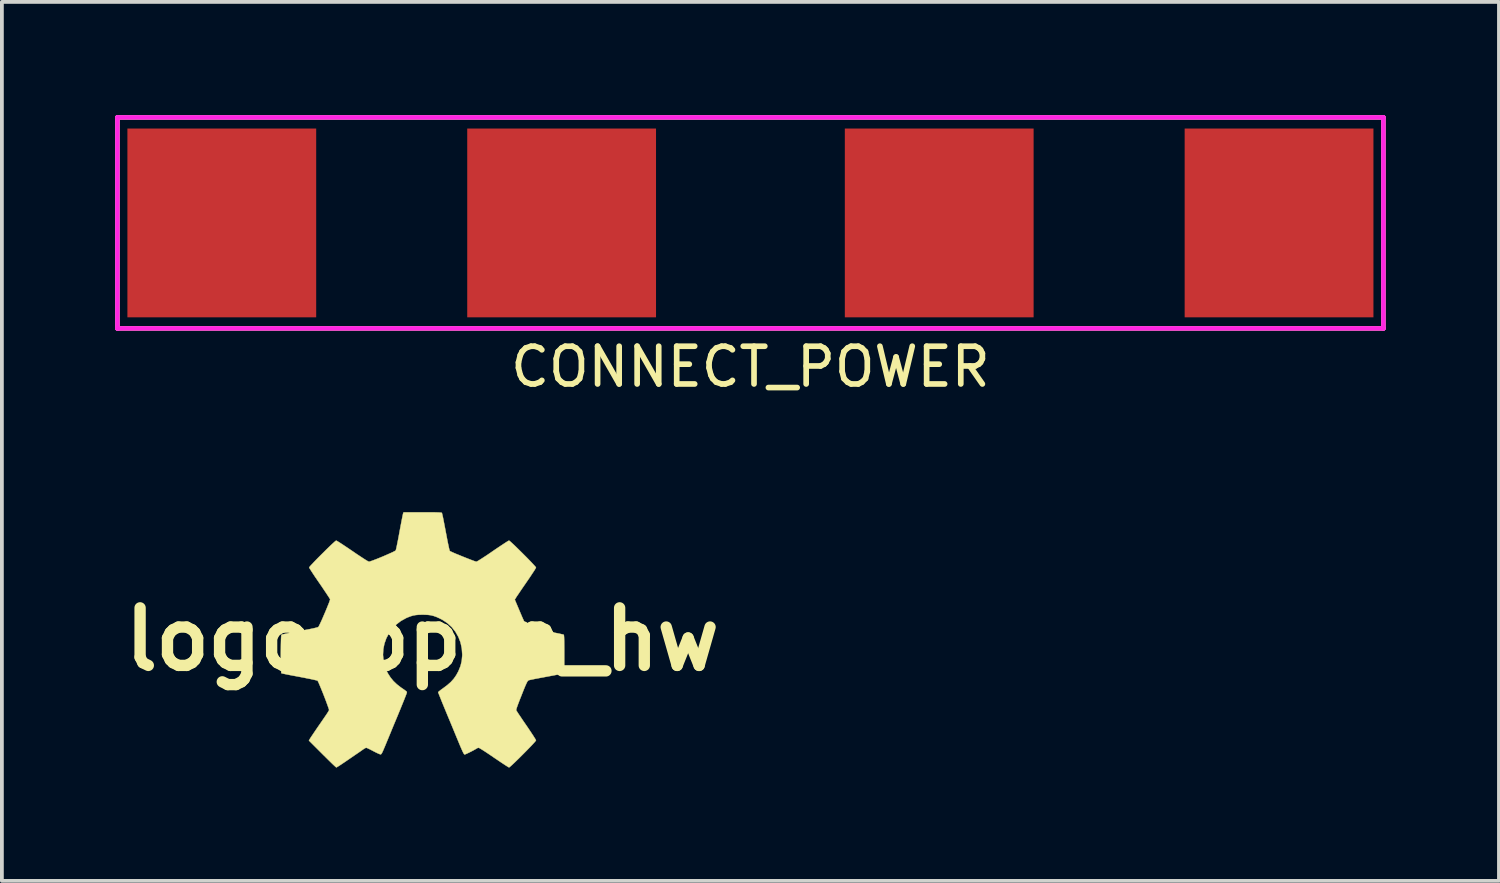
<source format=kicad_pcb>
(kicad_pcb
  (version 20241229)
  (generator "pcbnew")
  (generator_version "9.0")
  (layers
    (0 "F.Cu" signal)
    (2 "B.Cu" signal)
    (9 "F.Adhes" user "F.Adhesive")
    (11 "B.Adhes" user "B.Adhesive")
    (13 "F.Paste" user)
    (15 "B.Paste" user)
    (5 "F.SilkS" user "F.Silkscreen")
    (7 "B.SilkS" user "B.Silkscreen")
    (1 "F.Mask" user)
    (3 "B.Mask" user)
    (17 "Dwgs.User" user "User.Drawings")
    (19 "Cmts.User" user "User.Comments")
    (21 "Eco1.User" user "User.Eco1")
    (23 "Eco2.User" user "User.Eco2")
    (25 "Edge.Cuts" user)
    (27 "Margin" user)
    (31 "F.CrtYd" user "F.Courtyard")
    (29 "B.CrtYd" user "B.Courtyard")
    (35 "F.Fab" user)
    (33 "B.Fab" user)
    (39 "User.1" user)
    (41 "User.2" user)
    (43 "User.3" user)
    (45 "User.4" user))
  (footprint "logo_open_hw"
    (layer "F.Cu")
    (at 8.135 13.883)
    (property "Reference" "logo_open_hw" (at 0 0 0) (layer "F.SilkS") (effects (font (size 1.524 1.524) (thickness 0.3))))
    (attr through_hole)
    (fp_poly (pts (xy 0.138 -3.365) (xy 0.247 -3.365) (xy 0.335 -3.364) (xy 0.403 -3.362) (xy 0.454 -3.36) (xy 0.489 -3.357) (xy 0.509 -3.354) (xy 0.517 -3.35) (xy 0.522 -3.334) (xy 0.531 -3.296) (xy 0.544 -3.239) (xy 0.559 -3.165) (xy 0.576 -3.077) (xy 0.595 -2.979) (xy 0.615 -2.872) (xy 0.62 -2.846) (xy 0.641 -2.737) (xy 0.66 -2.636) (xy 0.678 -2.546) (xy 0.695 -2.468) (xy 0.708 -2.407) (xy 0.719 -2.364) (xy 0.726 -2.343) (xy 0.727 -2.341) (xy 0.744 -2.331) (xy 0.781 -2.314) (xy 0.834 -2.29) (xy 0.899 -2.262) (xy 0.974 -2.232) (xy 1.053 -2.199) (xy 1.134 -2.167) (xy 1.212 -2.136) (xy 1.284 -2.108) (xy 1.345 -2.085) (xy 1.393 -2.068) (xy 1.424 -2.059) (xy 1.431 -2.057) (xy 1.45 -2.065) (xy 1.487 -2.086) (xy 1.542 -2.12) (xy 1.613 -2.166) (xy 1.699 -2.222) (xy 1.798 -2.289) (xy 1.867 -2.337) (xy 1.958 -2.399) (xy 2.043 -2.456) (xy 2.12 -2.507) (xy 2.185 -2.55) (xy 2.238 -2.584) (xy 2.275 -2.606) (xy 2.294 -2.616) (xy 2.296 -2.616) (xy 2.31 -2.607) (xy 2.339 -2.583) (xy 2.381 -2.544) (xy 2.434 -2.495) (xy 2.494 -2.437) (xy 2.56 -2.372) (xy 2.629 -2.304) (xy 2.699 -2.234) (xy 2.768 -2.165) (xy 2.832 -2.099) (xy 2.89 -2.039) (xy 2.939 -1.986) (xy 2.977 -1.945) (xy 3.002 -1.916) (xy 3.01 -1.902) (xy 3.003 -1.887) (xy 2.983 -1.853) (xy 2.952 -1.804) (xy 2.911 -1.742) (xy 2.863 -1.669) (xy 2.808 -1.588) (xy 2.762 -1.521) (xy 2.702 -1.434) (xy 2.645 -1.351) (xy 2.594 -1.276) (xy 2.55 -1.21) (xy 2.514 -1.158) (xy 2.49 -1.122) (xy 2.481 -1.107) (xy 2.448 -1.053) (xy 2.599 -0.696) (xy 2.645 -0.588) (xy 2.686 -0.497) (xy 2.72 -0.423) (xy 2.747 -0.368) (xy 2.766 -0.334) (xy 2.775 -0.324) (xy 2.793 -0.318) (xy 2.833 -0.308) (xy 2.892 -0.295) (xy 2.967 -0.279) (xy 3.056 -0.261) (xy 3.154 -0.242) (xy 3.26 -0.222) (xy 3.264 -0.222) (xy 3.37 -0.202) (xy 3.468 -0.183) (xy 3.555 -0.166) (xy 3.629 -0.151) (xy 3.687 -0.138) (xy 3.726 -0.129) (xy 3.743 -0.124) (xy 3.743 -0.124) (xy 3.748 -0.115) (xy 3.751 -0.093) (xy 3.754 -0.058) (xy 3.756 -0.006) (xy 3.757 0.063) (xy 3.758 0.152) (xy 3.759 0.263) (xy 3.759 0.389) (xy 3.759 0.89) (xy 3.731 0.902) (xy 3.712 0.907) (xy 3.671 0.915) (xy 3.611 0.928) (xy 3.536 0.942) (xy 3.448 0.959) (xy 3.351 0.977) (xy 3.277 0.991) (xy 3.174 1.01) (xy 3.079 1.028) (xy 2.993 1.044) (xy 2.92 1.059) (xy 2.864 1.071) (xy 2.827 1.08) (xy 2.815 1.084) (xy 2.804 1.09) (xy 2.793 1.101) (xy 2.781 1.119) (xy 2.766 1.146) (xy 2.748 1.185) (xy 2.724 1.238) (xy 2.695 1.308) (xy 2.659 1.398) (xy 2.628 1.477) (xy 2.583 1.59) (xy 2.546 1.686) (xy 2.517 1.764) (xy 2.497 1.823) (xy 2.487 1.861) (xy 2.485 1.876) (xy 2.494 1.891) (xy 2.516 1.925) (xy 2.548 1.975) (xy 2.591 2.038) (xy 2.64 2.112) (xy 2.696 2.194) (xy 2.752 2.275) (xy 2.811 2.362) (xy 2.866 2.444) (xy 2.914 2.517) (xy 2.954 2.579) (xy 2.985 2.628) (xy 3.004 2.661) (xy 3.01 2.675) (xy 3.001 2.689) (xy 2.976 2.719) (xy 2.938 2.761) (xy 2.889 2.814) (xy 2.831 2.874) (xy 2.766 2.941) (xy 2.698 3.01) (xy 2.628 3.08) (xy 2.559 3.149) (xy 2.493 3.213) (xy 2.433 3.271) (xy 2.381 3.32) (xy 2.339 3.358) (xy 2.31 3.383) (xy 2.297 3.391) (xy 2.282 3.384) (xy 2.249 3.364) (xy 2.2 3.333) (xy 2.138 3.292) (xy 2.064 3.243) (xy 1.983 3.188) (xy 1.898 3.131) (xy 1.811 3.071) (xy 1.729 3.016) (xy 1.655 2.967) (xy 1.592 2.927) (xy 1.542 2.896) (xy 1.508 2.877) (xy 1.493 2.87) (xy 1.461 2.877) (xy 1.441 2.887) (xy 1.409 2.907) (xy 1.363 2.933) (xy 1.31 2.961) (xy 1.255 2.989) (xy 1.203 3.014) (xy 1.16 3.034) (xy 1.13 3.046) (xy 1.121 3.048) (xy 1.112 3.044) (xy 1.101 3.031) (xy 1.086 3.006) (xy 1.067 2.968) (xy 1.043 2.914) (xy 1.011 2.841) (xy 0.972 2.748) (xy 0.956 2.708) (xy 0.917 2.615) (xy 0.871 2.504) (xy 0.82 2.38) (xy 0.766 2.249) (xy 0.711 2.117) (xy 0.657 1.988) (xy 0.617 1.891) (xy 0.574 1.787) (xy 0.534 1.69) (xy 0.499 1.603) (xy 0.469 1.528) (xy 0.445 1.468) (xy 0.428 1.425) (xy 0.42 1.403) (xy 0.419 1.4) (xy 0.429 1.387) (xy 0.456 1.365) (xy 0.495 1.334) (xy 0.543 1.3) (xy 0.658 1.214) (xy 0.753 1.131) (xy 0.831 1.045) (xy 0.896 0.952) (xy 0.953 0.848) (xy 0.958 0.837) (xy 1.011 0.706) (xy 1.043 0.575) (xy 1.056 0.436) (xy 1.057 0.4) (xy 1.045 0.236) (xy 1.011 0.08) (xy 0.954 -0.067) (xy 0.877 -0.202) (xy 0.78 -0.324) (xy 0.664 -0.43) (xy 0.531 -0.519) (xy 0.456 -0.557) (xy 0.372 -0.595) (xy 0.298 -0.621) (xy 0.227 -0.639) (xy 0.15 -0.649) (xy 0.061 -0.653) (xy 0.006 -0.654) (xy -0.091 -0.652) (xy -0.172 -0.645) (xy -0.244 -0.632) (xy -0.314 -0.611) (xy -0.392 -0.581) (xy -0.428 -0.565) (xy -0.567 -0.488) (xy -0.69 -0.394) (xy -0.796 -0.284) (xy -0.884 -0.162) (xy -0.954 -0.029) (xy -1.004 0.112) (xy -1.034 0.259) (xy -1.042 0.409) (xy -1.029 0.56) (xy -0.994 0.71) (xy -0.935 0.856) (xy -0.908 0.908) (xy -0.842 1.011) (xy -0.766 1.103) (xy -0.675 1.19) (xy -0.566 1.275) (xy -0.51 1.313) (xy -0.467 1.343) (xy -0.433 1.37) (xy -0.413 1.388) (xy -0.41 1.393) (xy -0.41 1.398) (xy -0.411 1.406) (xy -0.414 1.42) (xy -0.421 1.441) (xy -0.432 1.47) (xy -0.447 1.509) (xy -0.467 1.559) (xy -0.492 1.623) (xy -0.524 1.701) (xy -0.562 1.795) (xy -0.608 1.907) (xy -0.662 2.038) (xy -0.725 2.189) (xy -0.776 2.311) (xy -0.818 2.413) (xy -0.86 2.516) (xy -0.902 2.617) (xy -0.941 2.711) (xy -0.974 2.791) (xy -1 2.854) (xy -1.002 2.857) (xy -1.033 2.931) (xy -1.057 2.984) (xy -1.075 3.018) (xy -1.09 3.038) (xy -1.102 3.045) (xy -1.103 3.046) (xy -1.123 3.041) (xy -1.161 3.026) (xy -1.211 3.003) (xy -1.269 2.974) (xy -1.296 2.96) (xy -1.356 2.928) (xy -1.41 2.901) (xy -1.452 2.882) (xy -1.479 2.871) (xy -1.485 2.87) (xy -1.508 2.877) (xy -1.541 2.895) (xy -1.557 2.906) (xy -1.59 2.929) (xy -1.641 2.965) (xy -1.708 3.011) (xy -1.789 3.066) (xy -1.879 3.128) (xy -1.978 3.196) (xy -2.082 3.267) (xy -2.101 3.279) (xy -2.158 3.318) (xy -2.208 3.35) (xy -2.248 3.375) (xy -2.273 3.389) (xy -2.279 3.391) (xy -2.29 3.382) (xy -2.318 3.357) (xy -2.36 3.318) (xy -2.413 3.267) (xy -2.476 3.205) (xy -2.547 3.135) (xy -2.624 3.059) (xy -2.648 3.035) (xy -3.004 2.679) (xy -2.98 2.639) (xy -2.965 2.614) (xy -2.937 2.571) (xy -2.897 2.512) (xy -2.848 2.439) (xy -2.79 2.354) (xy -2.726 2.261) (xy -2.657 2.161) (xy -2.585 2.056) (xy -2.575 2.041) (xy -2.538 1.987) (xy -2.506 1.938) (xy -2.483 1.899) (xy -2.47 1.876) (xy -2.469 1.873) (xy -2.473 1.856) (xy -2.484 1.819) (xy -2.503 1.766) (xy -2.527 1.699) (xy -2.555 1.623) (xy -2.586 1.542) (xy -2.619 1.457) (xy -2.652 1.374) (xy -2.684 1.296) (xy -2.713 1.226) (xy -2.738 1.167) (xy -2.758 1.123) (xy -2.771 1.099) (xy -2.774 1.095) (xy -2.789 1.089) (xy -2.827 1.079) (xy -2.884 1.066) (xy -2.958 1.05) (xy -3.045 1.033) (xy -3.142 1.013) (xy -3.248 0.993) (xy -3.253 0.992) (xy -3.359 0.972) (xy -3.457 0.954) (xy -3.544 0.937) (xy -3.618 0.922) (xy -3.676 0.91) (xy -3.715 0.901) (xy -3.731 0.897) (xy -3.732 0.897) (xy -3.736 0.882) (xy -3.739 0.845) (xy -3.742 0.789) (xy -3.744 0.718) (xy -3.746 0.635) (xy -3.747 0.544) (xy -3.748 0.446) (xy -3.748 0.347) (xy -3.747 0.25) (xy -3.746 0.156) (xy -3.744 0.071) (xy -3.742 -0.002) (xy -3.739 -0.062) (xy -3.735 -0.103) (xy -3.731 -0.123) (xy -3.731 -0.124) (xy -3.715 -0.129) (xy -3.677 -0.137) (xy -3.62 -0.15) (xy -3.546 -0.165) (xy -3.459 -0.182) (xy -3.361 -0.2) (xy -3.255 -0.22) (xy -3.245 -0.222) (xy -3.105 -0.248) (xy -2.989 -0.27) (xy -2.897 -0.289) (xy -2.828 -0.305) (xy -2.782 -0.317) (xy -2.757 -0.326) (xy -2.753 -0.329) (xy -2.742 -0.347) (xy -2.723 -0.384) (xy -2.697 -0.438) (xy -2.667 -0.503) (xy -2.634 -0.578) (xy -2.6 -0.658) (xy -2.565 -0.739) (xy -2.532 -0.819) (xy -2.502 -0.893) (xy -2.476 -0.957) (xy -2.457 -1.009) (xy -2.445 -1.045) (xy -2.442 -1.06) (xy -2.45 -1.076) (xy -2.471 -1.111) (xy -2.504 -1.161) (xy -2.546 -1.225) (xy -2.596 -1.299) (xy -2.652 -1.383) (xy -2.713 -1.472) (xy -2.722 -1.485) (xy -2.784 -1.575) (xy -2.841 -1.658) (xy -2.891 -1.734) (xy -2.933 -1.798) (xy -2.966 -1.85) (xy -2.988 -1.885) (xy -2.997 -1.903) (xy -2.997 -1.903) (xy -2.988 -1.918) (xy -2.964 -1.947) (xy -2.925 -1.989) (xy -2.876 -2.041) (xy -2.818 -2.102) (xy -2.753 -2.168) (xy -2.684 -2.237) (xy -2.614 -2.306) (xy -2.545 -2.375) (xy -2.479 -2.439) (xy -2.419 -2.497) (xy -2.366 -2.546) (xy -2.324 -2.584) (xy -2.295 -2.608) (xy -2.282 -2.616) (xy -2.266 -2.609) (xy -2.232 -2.589) (xy -2.182 -2.558) (xy -2.119 -2.517) (xy -2.044 -2.467) (xy -1.96 -2.411) (xy -1.871 -2.35) (xy -1.851 -2.337) (xy -1.736 -2.258) (xy -1.636 -2.192) (xy -1.554 -2.138) (xy -1.49 -2.097) (xy -1.444 -2.071) (xy -1.417 -2.058) (xy -1.413 -2.057) (xy -1.39 -2.062) (xy -1.348 -2.076) (xy -1.291 -2.097) (xy -1.223 -2.123) (xy -1.147 -2.153) (xy -1.067 -2.186) (xy -0.987 -2.22) (xy -0.91 -2.254) (xy -0.84 -2.285) (xy -0.781 -2.312) (xy -0.737 -2.335) (xy -0.71 -2.35) (xy -0.705 -2.355) (xy -0.699 -2.373) (xy -0.689 -2.413) (xy -0.676 -2.473) (xy -0.661 -2.548) (xy -0.643 -2.637) (xy -0.624 -2.736) (xy -0.605 -2.842) (xy -0.604 -2.845) (xy -0.585 -2.951) (xy -0.566 -3.05) (xy -0.549 -3.14) (xy -0.534 -3.216) (xy -0.522 -3.276) (xy -0.513 -3.317) (xy -0.508 -3.337) (xy -0.508 -3.337) (xy -0.496 -3.365) (xy 0.005 -3.365) (xy 0.138 -3.365)) (stroke (width 0.01) (type solid)) (fill yes) (layer "F.SilkS")))
  (footprint "CONNECT_POWER"
    (layer "F.Cu")
    (at 16.824 2.854)
    (property "Reference" "CONNECT_POWER" (at 0 3.81 0) (layer "F.SilkS") (effects (font (size 1 1) (thickness 0.15))))
    (attr through_hole)
    (fp_line (start -16.764 -2.794) (end -16.764 2.794) (stroke (width 0.12) (type solid)) (layer "F.SilkS"))
    (fp_line (start -16.764 2.794) (end 16.764 2.794) (stroke (width 0.12) (type solid)) (layer "F.SilkS"))
    (fp_line (start 16.764 -2.794) (end -16.764 -2.794) (stroke (width 0.12) (type solid)) (layer "F.SilkS"))
    (fp_line (start 16.764 2.794) (end 16.764 -2.794) (stroke (width 0.12) (type solid)) (layer "F.SilkS"))
    (fp_line (start -16.764 -2.794) (end -16.764 2.794) (stroke (width 0.12) (type solid)) (layer "F.CrtYd"))
    (fp_line (start -16.764 2.794) (end 16.764 2.794) (stroke (width 0.12) (type solid)) (layer "F.CrtYd"))
    (fp_line (start 16.764 -2.794) (end -16.764 -2.794) (stroke (width 0.12) (type solid)) (layer "F.CrtYd"))
    (fp_line (start 16.764 2.794) (end 16.764 -2.794) (stroke (width 0.12) (type solid)) (layer "F.CrtYd"))
    (pad "1" smd rect (at -14 0) (size 5 5) (layers "F.Cu" "F.Mask" "F.Paste"))
    (pad "2" smd rect (at -5 0) (size 5 5) (layers "F.Cu" "F.Mask" "F.Paste"))
    (pad "3" smd rect (at 5 0) (size 5 5) (layers "F.Cu" "F.Mask" "F.Paste"))
    (pad "4" smd rect (at 14 0) (size 5 5) (layers "F.Cu" "F.Mask" "F.Paste")))
  (gr_rect
    (start -3 -3)
    (end 36.648 20.279)
    (stroke (width 0.1) (type default))
    (fill no)
    (layer "Edge.Cuts")))
</source>
